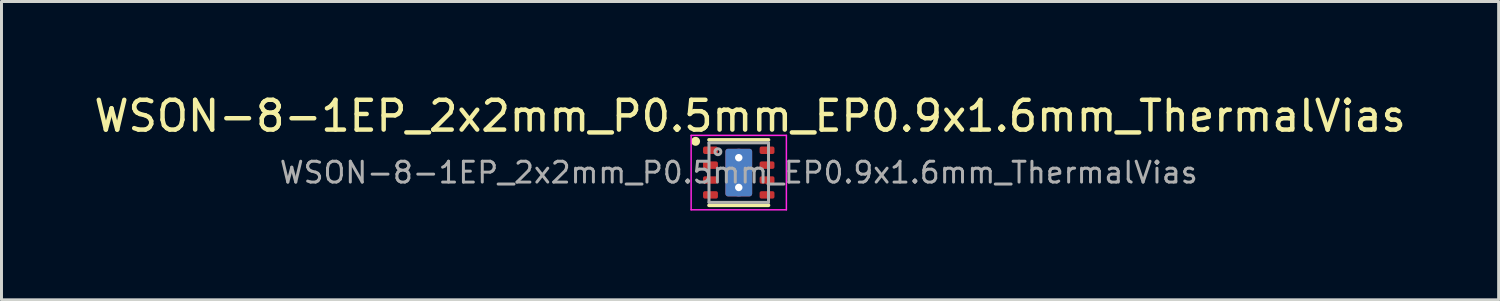
<source format=kicad_pcb>
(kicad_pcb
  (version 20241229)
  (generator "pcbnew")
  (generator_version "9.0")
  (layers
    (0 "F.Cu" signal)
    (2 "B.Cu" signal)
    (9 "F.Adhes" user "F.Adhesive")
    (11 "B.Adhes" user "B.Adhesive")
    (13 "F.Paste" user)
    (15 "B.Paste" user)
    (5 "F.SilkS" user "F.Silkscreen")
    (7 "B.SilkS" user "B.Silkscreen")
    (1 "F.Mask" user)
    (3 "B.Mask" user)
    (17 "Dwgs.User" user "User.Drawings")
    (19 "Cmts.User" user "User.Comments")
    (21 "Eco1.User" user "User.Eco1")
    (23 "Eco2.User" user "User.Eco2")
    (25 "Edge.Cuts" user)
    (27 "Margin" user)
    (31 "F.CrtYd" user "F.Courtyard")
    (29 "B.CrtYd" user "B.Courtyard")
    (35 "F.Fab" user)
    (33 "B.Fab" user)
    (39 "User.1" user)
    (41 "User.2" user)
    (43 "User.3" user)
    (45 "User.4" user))
  (footprint "WSON-8-1EP_2x2mm_P0.5mm_EP0.9x1.6mm_ThermalVias"
    (layer "F.Cu")
    (at 21.769 2.748)
    (property "Reference" "WSON-8-1EP_2x2mm_P0.5mm_EP0.9x1.6mm_ThermalVias" (at 0.38 -1.9 0) (layer "F.SilkS") (effects (font (size 1 1) (thickness 0.15))))
    (attr smd)
    (fp_line (start 1 -1.1) (end -1 -1.1) (stroke (width 0.12) (type solid)) (layer "F.SilkS"))
    (fp_line (start 1 1.1) (end -1 1.1) (stroke (width 0.12) (type solid)) (layer "F.SilkS"))
    (fp_circle (center -1.45 -1.05) (end -1.35 -1.05) (stroke (width 0.1) (type solid)) (fill yes) (layer "F.SilkS"))
    (fp_line (start -1.6 -1.25) (end -1.6 1.25) (stroke (width 0.05) (type solid)) (layer "F.CrtYd"))
    (fp_line (start -1.6 -1.25) (end 1.6 -1.25) (stroke (width 0.05) (type solid)) (layer "F.CrtYd"))
    (fp_line (start -1.6 1.25) (end 1.6 1.25) (stroke (width 0.05) (type solid)) (layer "F.CrtYd"))
    (fp_line (start 1.6 -1.25) (end 1.6 1.25) (stroke (width 0.05) (type solid)) (layer "F.CrtYd"))
    (fp_line (start -1 -1) (end 1 -1) (stroke (width 0.1) (type solid)) (layer "F.Fab"))
    (fp_line (start -1 1) (end -1 -1) (stroke (width 0.1) (type solid)) (layer "F.Fab"))
    (fp_line (start 1 -1) (end 1 1) (stroke (width 0.1) (type solid)) (layer "F.Fab"))
    (fp_line (start 1 1) (end -1 1) (stroke (width 0.1) (type solid)) (layer "F.Fab"))
    (fp_circle (center -0.7 -0.7) (end -0.6 -0.7) (stroke (width 0.1) (type solid)) (fill no) (layer "F.Fab"))
    (fp_text user "${REFERENCE}" (at 0 0 0) (layer "F.Fab") (effects (font (size 0.7 0.7) (thickness 0.1))))
    (pad "" smd rect (at 0 -0.4) (size 0.75 0.65) (layers "F.Paste"))
    (pad "" smd rect (at 0 0.4) (size 0.75 0.65) (layers "F.Paste"))
    (pad "1" smd roundrect (at -0.95 -0.75) (size 0.5 0.25) (layers "F.Cu" "F.Mask" "F.Paste") (roundrect_rratio 0.25))
    (pad "2" smd roundrect (at -0.95 -0.25) (size 0.5 0.25) (layers "F.Cu" "F.Mask" "F.Paste") (roundrect_rratio 0.25))
    (pad "3" smd roundrect (at -0.95 0.25) (size 0.5 0.25) (layers "F.Cu" "F.Mask" "F.Paste") (roundrect_rratio 0.25))
    (pad "4" smd roundrect (at -0.95 0.75) (size 0.5 0.25) (layers "F.Cu" "F.Mask" "F.Paste") (roundrect_rratio 0.25))
    (pad "5" smd roundrect (at 0.95 0.75) (size 0.5 0.25) (layers "F.Cu" "F.Mask" "F.Paste") (roundrect_rratio 0.25))
    (pad "6" smd roundrect (at 0.95 0.25) (size 0.5 0.25) (layers "F.Cu" "F.Mask" "F.Paste") (roundrect_rratio 0.25))
    (pad "7" smd roundrect (at 0.95 -0.25) (size 0.5 0.25) (layers "F.Cu" "F.Mask" "F.Paste") (roundrect_rratio 0.25))
    (pad "8" smd roundrect (at 0.95 -0.75) (size 0.5 0.25) (layers "F.Cu" "F.Mask" "F.Paste") (roundrect_rratio 0.25))
    (pad "9" thru_hole circle (at 0 -0.5) (size 0.6 0.6) (drill 0.25) (layers "*.Cu"))
    (pad "9" smd roundrect (at 0 0) (size 0.9 1.6) (property pad_prop_heatsink) (layers "F.Cu" "F.Mask") (roundrect_rratio 0.1))
    (pad "9" smd roundrect (at 0 0) (size 0.9 1.6) (property pad_prop_heatsink) (layers "B.Cu") (roundrect_rratio 0.1))
    (pad "9" thru_hole circle (at 0 0.5) (size 0.6 0.6) (drill 0.25) (layers "*.Cu")))
  (gr_rect
    (start -3 -3)
    (end 47.298 7.023)
    (stroke (width 0.1) (type default))
    (fill no)
    (layer "Edge.Cuts")))
</source>
